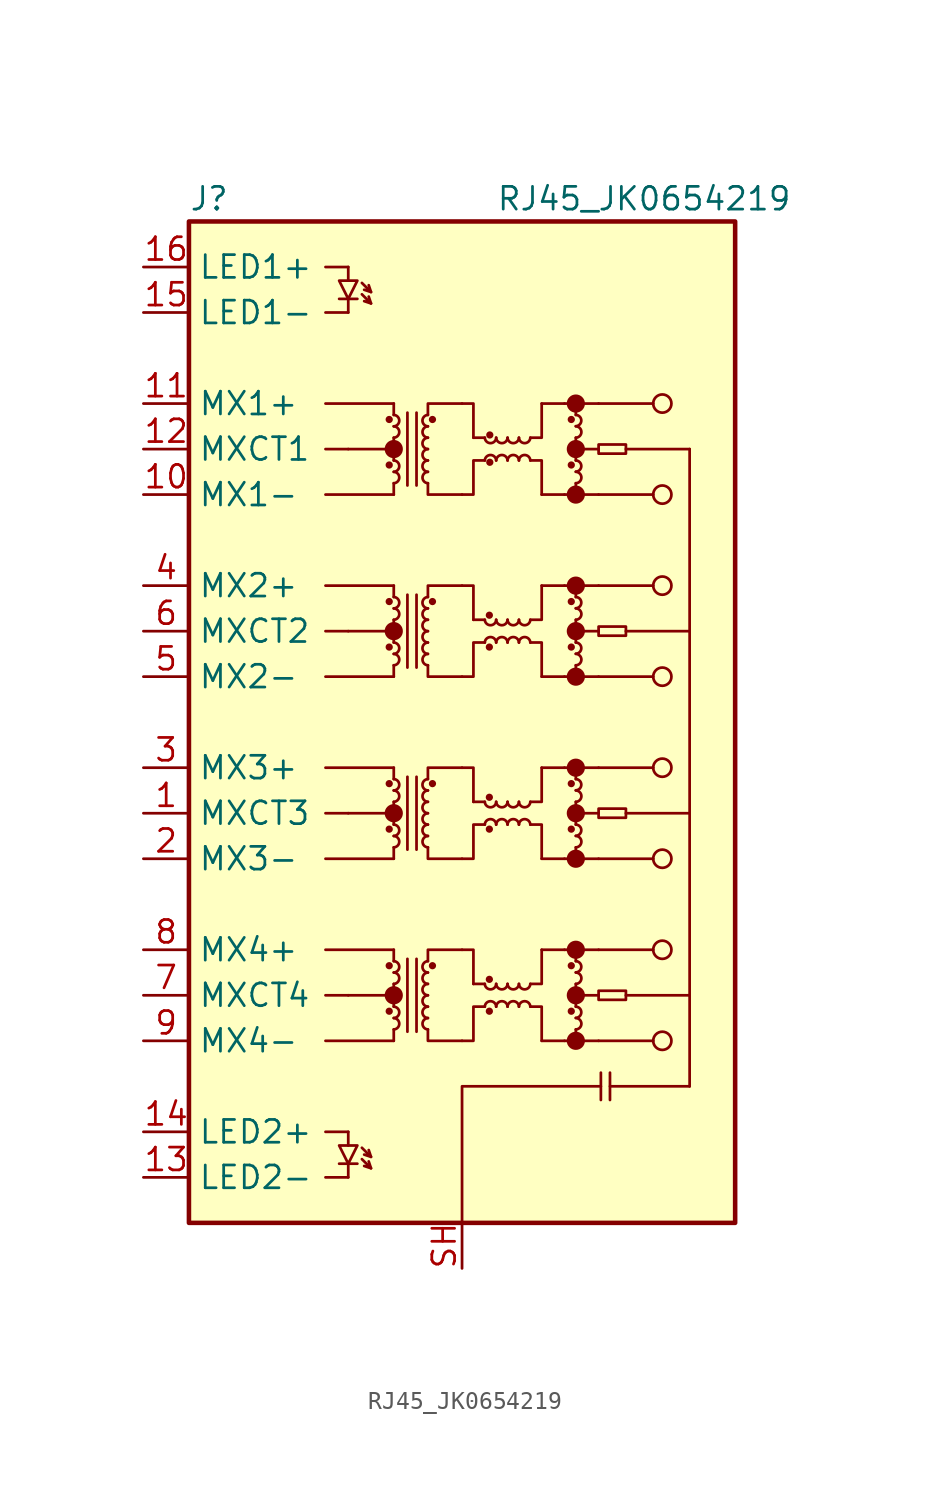
<source format=kicad_sym>
(kicad_symbol_lib
  (version 20220914)
  (generator kicad_symbol_editor)
  (symbol "RJ45_JK0654219"
    (property "Reference" "J"
      (at -15.24 29.21 0)
      (effects (font (size 1.27 1.27)) (justify left)))
    (property "Value" "RJ45_JK0654219"
      (at 10.16 29.21 0)
      (effects (font (size 1.27 1.27))))
    (symbol "RJ45_JK0654219_0_0"
      (circle (center -3.81 -15.24) (radius 0.0001) (stroke (width 0.508) (type default)) (fill (type none)))
      (circle (center -3.81 -5.08) (radius 0.0001) (stroke (width 0.508) (type default)) (fill (type none)))
      (circle (center -3.81 5.08) (radius 0.0001) (stroke (width 0.508) (type default)) (fill (type none)))
      (circle (center -3.81 15.24) (radius 0.0001) (stroke (width 0.508) (type default)) (fill (type none)))
      (circle (center 6.35 -17.78) (radius 0.0001) (stroke (width 0.508) (type default)) (fill (type none)))
      (circle (center 6.35 -15.24) (radius 0.0001) (stroke (width 0.508) (type default)) (fill (type none)))
      (circle (center 6.35 -12.7) (radius 0.0001) (stroke (width 0.508) (type default)) (fill (type none)))
      (circle (center 6.35 -7.62) (radius 0.0001) (stroke (width 0.508) (type default)) (fill (type none)))
      (circle (center 6.35 -5.08) (radius 0.0001) (stroke (width 0.508) (type default)) (fill (type none)))
      (circle (center 6.35 -2.54) (radius 0.0001) (stroke (width 0.508) (type default)) (fill (type none)))
      (circle (center 6.35 2.54) (radius 0.0001) (stroke (width 0.508) (type default)) (fill (type none)))
      (circle (center 6.35 5.08) (radius 0.0001) (stroke (width 0.508) (type default)) (fill (type none)))
      (circle (center 6.35 7.62) (radius 0.0001) (stroke (width 0.508) (type default)) (fill (type none)))
      (circle (center 6.35 12.7) (radius 0.0001) (stroke (width 0.508) (type default)) (fill (type none)))
      (circle (center 6.35 15.24) (radius 0.0001) (stroke (width 0.508) (type default)) (fill (type none)))
      (circle (center 6.35 17.78) (radius 0.0001) (stroke (width 0.508) (type default)) (fill (type none))))
    (symbol "RJ45_JK0654219_0_1"
      (rectangle (start -15.24 27.94) (end 15.24 -27.94) (stroke (width 0.254) (type default)) (fill (type background)))
      (circle (center -4.064 -16.129) (radius 0.127) (stroke (width 0) (type default)) (fill (type outline)))
      (circle (center -4.064 -13.589) (radius 0.127) (stroke (width 0) (type default)) (fill (type outline)))
      (circle (center -4.064 -5.969) (radius 0.127) (stroke (width 0) (type default)) (fill (type outline)))
      (circle (center -4.064 -3.429) (radius 0.127) (stroke (width 0) (type default)) (fill (type outline)))
      (circle (center -4.064 4.191) (radius 0.127) (stroke (width 0) (type default)) (fill (type outline)))
      (circle (center -4.064 6.731) (radius 0.127) (stroke (width 0) (type default)) (fill (type outline)))
      (circle (center -4.064 14.351) (radius 0.127) (stroke (width 0) (type default)) (fill (type outline)))
      (circle (center -4.064 16.891) (radius 0.127) (stroke (width 0) (type default)) (fill (type outline)))
      (arc (start -3.81 -17.145) (mid -3.5052 -16.8402) (end -3.81 -16.51) (stroke (width 0) (type default)) (fill (type none)))
      (arc (start -3.81 -16.51) (mid -3.5052 -16.2052) (end -3.81 -15.875) (stroke (width 0) (type default)) (fill (type none)))
      (arc (start -3.81 -14.605) (mid -3.5052 -14.3002) (end -3.81 -13.97) (stroke (width 0) (type default)) (fill (type none)))
      (arc (start -3.81 -13.97) (mid -3.5052 -13.6652) (end -3.81 -13.335) (stroke (width 0) (type default)) (fill (type none)))
      (arc (start -3.81 -6.985) (mid -3.5052 -6.6802) (end -3.81 -6.35) (stroke (width 0) (type default)) (fill (type none)))
      (arc (start -3.81 -6.35) (mid -3.5052 -6.0452) (end -3.81 -5.715) (stroke (width 0) (type default)) (fill (type none)))
      (arc (start -3.81 -4.445) (mid -3.5052 -4.1402) (end -3.81 -3.81) (stroke (width 0) (type default)) (fill (type none)))
      (arc (start -3.81 -3.81) (mid -3.5052 -3.5052) (end -3.81 -3.175) (stroke (width 0) (type default)) (fill (type none)))
      (arc (start -3.81 3.175) (mid -3.5052 3.4798) (end -3.81 3.81) (stroke (width 0) (type default)) (fill (type none)))
      (arc (start -3.81 3.81) (mid -3.5052 4.1148) (end -3.81 4.445) (stroke (width 0) (type default)) (fill (type none)))
      (arc (start -3.81 5.715) (mid -3.5052 6.0198) (end -3.81 6.35) (stroke (width 0) (type default)) (fill (type none)))
      (arc (start -3.81 6.35) (mid -3.5052 6.6548) (end -3.81 6.985) (stroke (width 0) (type default)) (fill (type none)))
      (arc (start -3.81 13.335) (mid -3.5052 13.6398) (end -3.81 13.97) (stroke (width 0) (type default)) (fill (type none)))
      (arc (start -3.81 13.97) (mid -3.5052 14.2748) (end -3.81 14.605) (stroke (width 0) (type default)) (fill (type none)))
      (arc (start -3.81 15.875) (mid -3.5052 16.1798) (end -3.81 16.51) (stroke (width 0) (type default)) (fill (type none)))
      (arc (start -3.81 16.51) (mid -3.5052 16.8148) (end -3.81 17.145) (stroke (width 0) (type default)) (fill (type none)))
      (arc (start -1.905 -16.51) (mid -2.2098 -16.8148) (end -1.905 -17.145) (stroke (width 0) (type default)) (fill (type none)))
      (arc (start -1.905 -15.875) (mid -2.2098 -16.1798) (end -1.905 -16.51) (stroke (width 0) (type default)) (fill (type none)))
      (arc (start -1.905 -15.24) (mid -2.2098 -15.5448) (end -1.905 -15.875) (stroke (width 0) (type default)) (fill (type none)))
      (arc (start -1.905 -14.605) (mid -2.2098 -14.9098) (end -1.905 -15.24) (stroke (width 0) (type default)) (fill (type none)))
      (arc (start -1.905 -13.97) (mid -2.2098 -14.2748) (end -1.905 -14.605) (stroke (width 0) (type default)) (fill (type none)))
      (arc (start -1.905 -13.335) (mid -2.2098 -13.6398) (end -1.905 -13.97) (stroke (width 0) (type default)) (fill (type none)))
      (arc (start -1.905 -6.35) (mid -2.2098 -6.6548) (end -1.905 -6.985) (stroke (width 0) (type default)) (fill (type none)))
      (arc (start -1.905 -5.715) (mid -2.2098 -6.0198) (end -1.905 -6.35) (stroke (width 0) (type default)) (fill (type none)))
      (arc (start -1.905 -5.08) (mid -2.2098 -5.3848) (end -1.905 -5.715) (stroke (width 0) (type default)) (fill (type none)))
      (arc (start -1.905 -4.445) (mid -2.2098 -4.7498) (end -1.905 -5.08) (stroke (width 0) (type default)) (fill (type none)))
      (arc (start -1.905 -3.81) (mid -2.2098 -4.1148) (end -1.905 -4.445) (stroke (width 0) (type default)) (fill (type none)))
      (arc (start -1.905 -3.175) (mid -2.2098 -3.4798) (end -1.905 -3.81) (stroke (width 0) (type default)) (fill (type none)))
      (arc (start -1.905 3.81) (mid -2.2098 3.5052) (end -1.905 3.175) (stroke (width 0) (type default)) (fill (type none)))
      (arc (start -1.905 4.445) (mid -2.2098 4.1402) (end -1.905 3.81) (stroke (width 0) (type default)) (fill (type none)))
      (arc (start -1.905 5.08) (mid -2.2098 4.7752) (end -1.905 4.445) (stroke (width 0) (type default)) (fill (type none)))
      (arc (start -1.905 5.715) (mid -2.2098 5.4102) (end -1.905 5.08) (stroke (width 0) (type default)) (fill (type none)))
      (arc (start -1.905 6.35) (mid -2.2098 6.0452) (end -1.905 5.715) (stroke (width 0) (type default)) (fill (type none)))
      (arc (start -1.905 6.985) (mid -2.2098 6.6802) (end -1.905 6.35) (stroke (width 0) (type default)) (fill (type none)))
      (arc (start -1.905 13.97) (mid -2.2098 13.6652) (end -1.905 13.335) (stroke (width 0) (type default)) (fill (type none)))
      (arc (start -1.905 14.605) (mid -2.2098 14.3002) (end -1.905 13.97) (stroke (width 0) (type default)) (fill (type none)))
      (arc (start -1.905 15.24) (mid -2.2098 14.9352) (end -1.905 14.605) (stroke (width 0) (type default)) (fill (type none)))
      (arc (start -1.905 15.875) (mid -2.2098 15.5702) (end -1.905 15.24) (stroke (width 0) (type default)) (fill (type none)))
      (arc (start -1.905 16.51) (mid -2.2098 16.2052) (end -1.905 15.875) (stroke (width 0) (type default)) (fill (type none)))
      (arc (start -1.905 17.145) (mid -2.2098 16.8402) (end -1.905 16.51) (stroke (width 0) (type default)) (fill (type none)))
      (circle (center -1.651 -13.589) (radius 0.127) (stroke (width 0) (type default)) (fill (type outline)))
      (circle (center -1.651 -3.429) (radius 0.127) (stroke (width 0) (type default)) (fill (type outline)))
      (circle (center -1.651 6.731) (radius 0.127) (stroke (width 0) (type default)) (fill (type outline)))
      (circle (center -1.651 16.891) (radius 0.127) (stroke (width 0) (type default)) (fill (type outline)))
      (polyline (pts (xy -7.62 -17.78) (xy -3.81 -17.78)) (stroke (width 0) (type default)) (fill (type none)))
      (polyline (pts (xy -7.62 -15.24) (xy -6.35 -15.24)) (stroke (width 0) (type default)) (fill (type none)))
      (polyline (pts (xy -7.62 -12.7) (xy -3.81 -12.7)) (stroke (width 0) (type default)) (fill (type none)))
      (polyline (pts (xy -7.62 -7.62) (xy -3.81 -7.62)) (stroke (width 0) (type default)) (fill (type none)))
      (polyline (pts (xy -7.62 -5.08) (xy -6.35 -5.08)) (stroke (width 0) (type default)) (fill (type none)))
      (polyline (pts (xy -7.62 -2.54) (xy -3.81 -2.54)) (stroke (width 0) (type default)) (fill (type none)))
      (polyline (pts (xy -7.62 2.54) (xy -3.81 2.54)) (stroke (width 0) (type default)) (fill (type none)))
      (polyline (pts (xy -7.62 5.08) (xy -6.35 5.08)) (stroke (width 0) (type default)) (fill (type none)))
      (polyline (pts (xy -7.62 7.62) (xy -3.81 7.62)) (stroke (width 0) (type default)) (fill (type none)))
      (polyline (pts (xy -7.62 12.7) (xy -3.81 12.7)) (stroke (width 0) (type default)) (fill (type none)))
      (polyline (pts (xy -7.62 15.24) (xy -6.35 15.24)) (stroke (width 0) (type default)) (fill (type none)))
      (polyline (pts (xy -7.62 17.78) (xy -3.81 17.78)) (stroke (width 0) (type default)) (fill (type none)))
      (polyline (pts (xy -6.35 -15.24) (xy -3.81 -15.24)) (stroke (width 0) (type default)) (fill (type none)))
      (polyline (pts (xy -6.35 -5.08) (xy -3.81 -5.08)) (stroke (width 0) (type default)) (fill (type none)))
      (polyline (pts (xy -6.35 5.08) (xy -3.81 5.08)) (stroke (width 0) (type default)) (fill (type none)))
      (polyline (pts (xy -6.35 15.24) (xy -3.81 15.24)) (stroke (width 0) (type default)) (fill (type none)))
      (polyline (pts (xy -3.81 -17.78) (xy -3.81 -17.145)) (stroke (width 0) (type default)) (fill (type none)))
      (polyline (pts (xy -3.81 -15.24) (xy -3.81 -15.875)) (stroke (width 0) (type default)) (fill (type none)))
      (polyline (pts (xy -3.81 -15.24) (xy -3.81 -14.605)) (stroke (width 0) (type default)) (fill (type none)))
      (polyline (pts (xy -3.81 -12.7) (xy -3.81 -13.335)) (stroke (width 0) (type default)) (fill (type none)))
      (polyline (pts (xy -3.81 -7.62) (xy -3.81 -6.985)) (stroke (width 0) (type default)) (fill (type none)))
      (polyline (pts (xy -3.81 -5.08) (xy -3.81 -5.715)) (stroke (width 0) (type default)) (fill (type none)))
      (polyline (pts (xy -3.81 -5.08) (xy -3.81 -4.445)) (stroke (width 0) (type default)) (fill (type none)))
      (polyline (pts (xy -3.81 -2.54) (xy -3.81 -3.175)) (stroke (width 0) (type default)) (fill (type none)))
      (polyline (pts (xy -3.81 2.54) (xy -3.81 3.175)) (stroke (width 0) (type default)) (fill (type none)))
      (polyline (pts (xy -3.81 5.08) (xy -3.81 4.445)) (stroke (width 0) (type default)) (fill (type none)))
      (polyline (pts (xy -3.81 5.08) (xy -3.81 5.715)) (stroke (width 0) (type default)) (fill (type none)))
      (polyline (pts (xy -3.81 7.62) (xy -3.81 6.985)) (stroke (width 0) (type default)) (fill (type none)))
      (polyline (pts (xy -3.81 12.7) (xy -3.81 13.335)) (stroke (width 0) (type default)) (fill (type none)))
      (polyline (pts (xy -3.81 15.24) (xy -3.81 14.605)) (stroke (width 0) (type default)) (fill (type none)))
      (polyline (pts (xy -3.81 15.24) (xy -3.81 15.875)) (stroke (width 0) (type default)) (fill (type none)))
      (polyline (pts (xy -3.81 17.78) (xy -3.81 17.145)) (stroke (width 0) (type default)) (fill (type none)))
      (polyline (pts (xy -3.048 -17.272) (xy -3.048 -13.208)) (stroke (width 0) (type default)) (fill (type none)))
      (polyline (pts (xy -3.048 -7.112) (xy -3.048 -3.048)) (stroke (width 0) (type default)) (fill (type none)))
      (polyline (pts (xy -3.048 3.048) (xy -3.048 7.112)) (stroke (width 0) (type default)) (fill (type none)))
      (polyline (pts (xy -3.048 13.208) (xy -3.048 17.272)) (stroke (width 0) (type default)) (fill (type none)))
      (polyline (pts (xy -2.54 -17.272) (xy -2.54 -13.208)) (stroke (width 0) (type default)) (fill (type none)))
      (polyline (pts (xy -2.54 -7.112) (xy -2.54 -3.048)) (stroke (width 0) (type default)) (fill (type none)))
      (polyline (pts (xy -2.54 3.048) (xy -2.54 7.112)) (stroke (width 0) (type default)) (fill (type none)))
      (polyline (pts (xy -2.54 13.208) (xy -2.54 17.272)) (stroke (width 0) (type default)) (fill (type none)))
      (polyline (pts (xy 0.635 -14.605) (xy 1.27 -14.605)) (stroke (width 0) (type default)) (fill (type none)))
      (polyline (pts (xy 0.635 -4.445) (xy 1.27 -4.445)) (stroke (width 0) (type default)) (fill (type none)))
      (polyline (pts (xy 0.635 5.715) (xy 1.27 5.715)) (stroke (width 0) (type default)) (fill (type none)))
      (polyline (pts (xy 0.635 15.875) (xy 1.27 15.875)) (stroke (width 0) (type default)) (fill (type none)))
      (polyline (pts (xy 4.445 -17.78) (xy 5.715 -17.78)) (stroke (width 0) (type default)) (fill (type none)))
      (polyline (pts (xy 4.445 -12.7) (xy 5.715 -12.7)) (stroke (width 0) (type default)) (fill (type none)))
      (polyline (pts (xy 4.445 -7.62) (xy 5.715 -7.62)) (stroke (width 0) (type default)) (fill (type none)))
      (polyline (pts (xy 4.445 -2.54) (xy 5.715 -2.54)) (stroke (width 0) (type default)) (fill (type none)))
      (polyline (pts (xy 4.445 2.54) (xy 5.715 2.54)) (stroke (width 0) (type default)) (fill (type none)))
      (polyline (pts (xy 4.445 7.62) (xy 5.715 7.62)) (stroke (width 0) (type default)) (fill (type none)))
      (polyline (pts (xy 4.445 12.7) (xy 5.715 12.7)) (stroke (width 0) (type default)) (fill (type none)))
      (polyline (pts (xy 4.445 17.78) (xy 5.715 17.78)) (stroke (width 0) (type default)) (fill (type none)))
      (polyline (pts (xy 6.35 -15.24) (xy 6.35 -15.875)) (stroke (width 0) (type default)) (fill (type none)))
      (polyline (pts (xy 6.35 -15.24) (xy 6.35 -14.605)) (stroke (width 0) (type default)) (fill (type none)))
      (polyline (pts (xy 6.35 -5.08) (xy 6.35 -5.715)) (stroke (width 0) (type default)) (fill (type none)))
      (polyline (pts (xy 6.35 -5.08) (xy 6.35 -4.445)) (stroke (width 0) (type default)) (fill (type none)))
      (polyline (pts (xy 6.35 5.08) (xy 6.35 4.445)) (stroke (width 0) (type default)) (fill (type none)))
      (polyline (pts (xy 6.35 5.08) (xy 6.35 5.715)) (stroke (width 0) (type default)) (fill (type none)))
      (polyline (pts (xy 6.35 15.24) (xy 6.35 14.605)) (stroke (width 0) (type default)) (fill (type none)))
      (polyline (pts (xy 6.35 15.24) (xy 6.35 15.875)) (stroke (width 0) (type default)) (fill (type none)))
      (polyline (pts (xy 7.62 -17.78) (xy 6.35 -17.78)) (stroke (width 0) (type default)) (fill (type none)))
      (polyline (pts (xy 7.62 -17.78) (xy 10.668 -17.78)) (stroke (width 0) (type default)) (fill (type none)))
      (polyline (pts (xy 7.62 -15.24) (xy 6.35 -15.24)) (stroke (width 0) (type default)) (fill (type none)))
      (polyline (pts (xy 7.62 -12.7) (xy 6.35 -12.7)) (stroke (width 0) (type default)) (fill (type none)))
      (polyline (pts (xy 7.62 -12.7) (xy 10.668 -12.7)) (stroke (width 0) (type default)) (fill (type none)))
      (polyline (pts (xy 7.62 -7.62) (xy 6.35 -7.62)) (stroke (width 0) (type default)) (fill (type none)))
      (polyline (pts (xy 7.62 -7.62) (xy 10.668 -7.62)) (stroke (width 0) (type default)) (fill (type none)))
      (polyline (pts (xy 7.62 -5.08) (xy 6.35 -5.08)) (stroke (width 0) (type default)) (fill (type none)))
      (polyline (pts (xy 7.62 -2.54) (xy 6.35 -2.54)) (stroke (width 0) (type default)) (fill (type none)))
      (polyline (pts (xy 7.62 -2.54) (xy 10.668 -2.54)) (stroke (width 0) (type default)) (fill (type none)))
      (polyline (pts (xy 7.62 2.54) (xy 6.35 2.54)) (stroke (width 0) (type default)) (fill (type none)))
      (polyline (pts (xy 7.62 2.54) (xy 10.668 2.54)) (stroke (width 0) (type default)) (fill (type none)))
      (polyline (pts (xy 7.62 5.08) (xy 6.35 5.08)) (stroke (width 0) (type default)) (fill (type none)))
      (polyline (pts (xy 7.62 7.62) (xy 6.35 7.62)) (stroke (width 0) (type default)) (fill (type none)))
      (polyline (pts (xy 7.62 7.62) (xy 10.668 7.62)) (stroke (width 0) (type default)) (fill (type none)))
      (polyline (pts (xy 7.62 12.7) (xy 6.35 12.7)) (stroke (width 0) (type default)) (fill (type none)))
      (polyline (pts (xy 7.62 12.7) (xy 10.668 12.7)) (stroke (width 0) (type default)) (fill (type none)))
      (polyline (pts (xy 7.62 15.24) (xy 6.35 15.24)) (stroke (width 0) (type default)) (fill (type none)))
      (polyline (pts (xy 7.62 17.78) (xy 6.35 17.78)) (stroke (width 0) (type default)) (fill (type none)))
      (polyline (pts (xy 7.62 17.78) (xy 10.668 17.78)) (stroke (width 0) (type default)) (fill (type none)))
      (polyline (pts (xy 7.747 -19.558) (xy 7.747 -21.082)) (stroke (width 0.152) (type default)) (fill (type none)))
      (polyline (pts (xy 8.255 -20.32) (xy 12.7 -20.32)) (stroke (width 0) (type default)) (fill (type none)))
      (polyline (pts (xy 8.255 -19.558) (xy 8.255 -21.082)) (stroke (width 0.152) (type default)) (fill (type none)))
      (polyline (pts (xy 9.144 -15.24) (xy 12.7 -15.24)) (stroke (width 0) (type default)) (fill (type none)))
      (polyline (pts (xy 9.144 -5.08) (xy 12.7 -5.08)) (stroke (width 0) (type default)) (fill (type none)))
      (polyline (pts (xy 9.144 5.08) (xy 12.7 5.08)) (stroke (width 0) (type default)) (fill (type none)))
      (polyline (pts (xy 12.7 -20.32) (xy 12.7 15.24)) (stroke (width 0) (type default)) (fill (type none)))
      (polyline (pts (xy 12.7 15.24) (xy 9.144 15.24)) (stroke (width 0) (type default)) (fill (type none)))
      (polyline (pts (xy -1.905 -17.145) (xy -1.905 -17.78) (xy 0 -17.78)) (stroke (width 0) (type default)) (fill (type none)))
      (polyline (pts (xy -1.905 -13.335) (xy -1.905 -12.7) (xy 0 -12.7)) (stroke (width 0) (type default)) (fill (type none)))
      (polyline (pts (xy -1.905 -6.985) (xy -1.905 -7.62) (xy 0 -7.62)) (stroke (width 0) (type default)) (fill (type none)))
      (polyline (pts (xy -1.905 -3.175) (xy -1.905 -2.54) (xy 0 -2.54)) (stroke (width 0) (type default)) (fill (type none)))
      (polyline (pts (xy -1.905 3.175) (xy -1.905 2.54) (xy 0 2.54)) (stroke (width 0) (type default)) (fill (type none)))
      (polyline (pts (xy -1.905 6.985) (xy -1.905 7.62) (xy 0 7.62)) (stroke (width 0) (type default)) (fill (type none)))
      (polyline (pts (xy -1.905 13.335) (xy -1.905 12.7) (xy 0 12.7)) (stroke (width 0) (type default)) (fill (type none)))
      (polyline (pts (xy -1.905 17.145) (xy -1.905 17.78) (xy 0 17.78)) (stroke (width 0) (type default)) (fill (type none)))
      (polyline (pts (xy 0 -12.7) (xy 0.635 -12.7) (xy 0.635 -14.605)) (stroke (width 0) (type default)) (fill (type none)))
      (polyline (pts (xy 0 -2.54) (xy 0.635 -2.54) (xy 0.635 -4.445)) (stroke (width 0) (type default)) (fill (type none)))
      (polyline (pts (xy 0 7.62) (xy 0.635 7.62) (xy 0.635 5.715)) (stroke (width 0) (type default)) (fill (type none)))
      (polyline (pts (xy 0 17.78) (xy 0.635 17.78) (xy 0.635 15.875)) (stroke (width 0) (type default)) (fill (type none)))
      (polyline (pts (xy 3.81 -15.875) (xy 4.445 -15.875) (xy 4.445 -17.78)) (stroke (width 0) (type default)) (fill (type none)))
      (polyline (pts (xy 3.81 -14.605) (xy 4.445 -14.605) (xy 4.445 -12.7)) (stroke (width 0) (type default)) (fill (type none)))
      (polyline (pts (xy 3.81 -5.715) (xy 4.445 -5.715) (xy 4.445 -7.62)) (stroke (width 0) (type default)) (fill (type none)))
      (polyline (pts (xy 3.81 -4.445) (xy 4.445 -4.445) (xy 4.445 -2.54)) (stroke (width 0) (type default)) (fill (type none)))
      (polyline (pts (xy 3.81 4.445) (xy 4.445 4.445) (xy 4.445 2.54)) (stroke (width 0) (type default)) (fill (type none)))
      (polyline (pts (xy 3.81 5.715) (xy 4.445 5.715) (xy 4.445 7.62)) (stroke (width 0) (type default)) (fill (type none)))
      (polyline (pts (xy 3.81 14.605) (xy 4.445 14.605) (xy 4.445 12.7)) (stroke (width 0) (type default)) (fill (type none)))
      (polyline (pts (xy 3.81 15.875) (xy 4.445 15.875) (xy 4.445 17.78)) (stroke (width 0) (type default)) (fill (type none)))
      (polyline (pts (xy 5.715 -17.78) (xy 6.35 -17.78) (xy 6.35 -17.145)) (stroke (width 0) (type default)) (fill (type none)))
      (polyline (pts (xy 5.715 -12.7) (xy 6.35 -12.7) (xy 6.35 -13.335)) (stroke (width 0) (type default)) (fill (type none)))
      (polyline (pts (xy 5.715 -7.62) (xy 6.35 -7.62) (xy 6.35 -6.985)) (stroke (width 0) (type default)) (fill (type none)))
      (polyline (pts (xy 5.715 -2.54) (xy 6.35 -2.54) (xy 6.35 -3.175)) (stroke (width 0) (type default)) (fill (type none)))
      (polyline (pts (xy 5.715 2.54) (xy 6.35 2.54) (xy 6.35 3.175)) (stroke (width 0) (type default)) (fill (type none)))
      (polyline (pts (xy 5.715 7.62) (xy 6.35 7.62) (xy 6.35 6.985)) (stroke (width 0) (type default)) (fill (type none)))
      (polyline (pts (xy 5.715 12.7) (xy 6.35 12.7) (xy 6.35 13.335)) (stroke (width 0) (type default)) (fill (type none)))
      (polyline (pts (xy 5.715 17.78) (xy 6.35 17.78) (xy 6.35 17.145)) (stroke (width 0) (type default)) (fill (type none)))
      (polyline (pts (xy 7.747 -20.32) (xy 0 -20.32) (xy 0 -27.94)) (stroke (width 0) (type default)) (fill (type none)))
      (polyline (pts (xy 0 -17.78) (xy 0.635 -17.78) (xy 0.635 -15.875) (xy 1.27 -15.875)) (stroke (width 0) (type default)) (fill (type none)))
      (polyline (pts (xy 0 -7.62) (xy 0.635 -7.62) (xy 0.635 -5.715) (xy 1.27 -5.715)) (stroke (width 0) (type default)) (fill (type none)))
      (polyline (pts (xy 0 2.54) (xy 0.635 2.54) (xy 0.635 4.445) (xy 1.27 4.445)) (stroke (width 0) (type default)) (fill (type none)))
      (polyline (pts (xy 0 12.7) (xy 0.635 12.7) (xy 0.635 14.605) (xy 1.27 14.605)) (stroke (width 0) (type default)) (fill (type none)))
      (arc (start 1.27 -14.605) (mid 1.5748 -14.9098) (end 1.905 -14.605) (stroke (width 0) (type default)) (fill (type none)))
      (arc (start 1.27 -4.445) (mid 1.5748 -4.7498) (end 1.905 -4.445) (stroke (width 0) (type default)) (fill (type none)))
      (arc (start 1.27 5.715) (mid 1.5748 5.4102) (end 1.905 5.715) (stroke (width 0) (type default)) (fill (type none)))
      (arc (start 1.27 15.875) (mid 1.5748 15.5702) (end 1.905 15.875) (stroke (width 0) (type default)) (fill (type none)))
      (circle (center 1.524 -16.129) (radius 0.127) (stroke (width 0) (type default)) (fill (type outline)))
      (circle (center 1.524 -14.351) (radius 0.127) (stroke (width 0) (type default)) (fill (type outline)))
      (circle (center 1.524 -5.969) (radius 0.127) (stroke (width 0) (type default)) (fill (type outline)))
      (circle (center 1.524 -4.191) (radius 0.127) (stroke (width 0) (type default)) (fill (type outline)))
      (circle (center 1.524 4.191) (radius 0.127) (stroke (width 0) (type default)) (fill (type outline)))
      (circle (center 1.524 5.969) (radius 0.127) (stroke (width 0) (type default)) (fill (type outline)))
      (circle (center 1.549 14.503) (radius 0.127) (stroke (width 0) (type default)) (fill (type outline)))
      (circle (center 1.549 16.027) (radius 0.127) (stroke (width 0) (type default)) (fill (type outline)))
      (arc (start 1.905 -15.875) (mid 1.6002 -15.5702) (end 1.27 -15.875) (stroke (width 0) (type default)) (fill (type none)))
      (arc (start 1.905 -14.605) (mid 2.2098 -14.9098) (end 2.54 -14.605) (stroke (width 0) (type default)) (fill (type none)))
      (arc (start 1.905 -5.715) (mid 1.6002 -5.4102) (end 1.27 -5.715) (stroke (width 0) (type default)) (fill (type none)))
      (arc (start 1.905 -4.445) (mid 2.2098 -4.7498) (end 2.54 -4.445) (stroke (width 0) (type default)) (fill (type none)))
      (arc (start 1.905 4.445) (mid 1.6002 4.7498) (end 1.27 4.445) (stroke (width 0) (type default)) (fill (type none)))
      (arc (start 1.905 5.715) (mid 2.2098 5.4102) (end 2.54 5.715) (stroke (width 0) (type default)) (fill (type none)))
      (arc (start 1.905 14.605) (mid 1.6002 14.9098) (end 1.27 14.605) (stroke (width 0) (type default)) (fill (type none)))
      (arc (start 1.905 15.875) (mid 2.2098 15.5702) (end 2.54 15.875) (stroke (width 0) (type default)) (fill (type none)))
      (arc (start 2.54 -15.875) (mid 2.2352 -15.5702) (end 1.905 -15.875) (stroke (width 0) (type default)) (fill (type none)))
      (arc (start 2.54 -14.605) (mid 2.8448 -14.9098) (end 3.175 -14.605) (stroke (width 0) (type default)) (fill (type none)))
      (arc (start 2.54 -5.715) (mid 2.2352 -5.4102) (end 1.905 -5.715) (stroke (width 0) (type default)) (fill (type none)))
      (arc (start 2.54 -4.445) (mid 2.8448 -4.7498) (end 3.175 -4.445) (stroke (width 0) (type default)) (fill (type none)))
      (arc (start 2.54 4.445) (mid 2.2352 4.7498) (end 1.905 4.445) (stroke (width 0) (type default)) (fill (type none)))
      (arc (start 2.54 5.715) (mid 2.8448 5.4102) (end 3.175 5.715) (stroke (width 0) (type default)) (fill (type none)))
      (arc (start 2.54 14.605) (mid 2.2352 14.9098) (end 1.905 14.605) (stroke (width 0) (type default)) (fill (type none)))
      (arc (start 2.54 15.875) (mid 2.8448 15.5702) (end 3.175 15.875) (stroke (width 0) (type default)) (fill (type none)))
      (arc (start 3.175 -15.875) (mid 2.8702 -15.5702) (end 2.54 -15.875) (stroke (width 0) (type default)) (fill (type none)))
      (arc (start 3.175 -14.605) (mid 3.4798 -14.9098) (end 3.81 -14.605) (stroke (width 0) (type default)) (fill (type none)))
      (arc (start 3.175 -5.715) (mid 2.8702 -5.4102) (end 2.54 -5.715) (stroke (width 0) (type default)) (fill (type none)))
      (arc (start 3.175 -4.445) (mid 3.4798 -4.7498) (end 3.81 -4.445) (stroke (width 0) (type default)) (fill (type none)))
      (arc (start 3.175 4.445) (mid 2.8702 4.7498) (end 2.54 4.445) (stroke (width 0) (type default)) (fill (type none)))
      (arc (start 3.175 5.715) (mid 3.4798 5.4102) (end 3.81 5.715) (stroke (width 0) (type default)) (fill (type none)))
      (arc (start 3.175 14.605) (mid 2.8702 14.9098) (end 2.54 14.605) (stroke (width 0) (type default)) (fill (type none)))
      (arc (start 3.175 15.875) (mid 3.4798 15.5702) (end 3.81 15.875) (stroke (width 0) (type default)) (fill (type none)))
      (arc (start 3.81 -15.875) (mid 3.5052 -15.5702) (end 3.175 -15.875) (stroke (width 0) (type default)) (fill (type none)))
      (arc (start 3.81 -5.715) (mid 3.5052 -5.4102) (end 3.175 -5.715) (stroke (width 0) (type default)) (fill (type none)))
      (arc (start 3.81 4.445) (mid 3.5052 4.7498) (end 3.175 4.445) (stroke (width 0) (type default)) (fill (type none)))
      (arc (start 3.81 14.605) (mid 3.5052 14.9098) (end 3.175 14.605) (stroke (width 0) (type default)) (fill (type none)))
      (circle (center 6.096 -16.129) (radius 0.127) (stroke (width 0) (type default)) (fill (type outline)))
      (circle (center 6.096 -13.589) (radius 0.127) (stroke (width 0) (type default)) (fill (type outline)))
      (circle (center 6.096 -5.969) (radius 0.127) (stroke (width 0) (type default)) (fill (type outline)))
      (circle (center 6.096 -3.429) (radius 0.127) (stroke (width 0) (type default)) (fill (type outline)))
      (circle (center 6.096 4.191) (radius 0.127) (stroke (width 0) (type default)) (fill (type outline)))
      (circle (center 6.096 6.731) (radius 0.127) (stroke (width 0) (type default)) (fill (type outline)))
      (circle (center 6.096 14.351) (radius 0.127) (stroke (width 0) (type default)) (fill (type outline)))
      (circle (center 6.096 16.891) (radius 0.127) (stroke (width 0) (type default)) (fill (type outline)))
      (arc (start 6.35 -17.145) (mid 6.6548 -16.8275) (end 6.35 -16.51) (stroke (width 0) (type default)) (fill (type none)))
      (arc (start 6.35 -16.51) (mid 6.6548 -16.1925) (end 6.35 -15.875) (stroke (width 0) (type default)) (fill (type none)))
      (arc (start 6.35 -14.605) (mid 6.6548 -14.2875) (end 6.35 -13.97) (stroke (width 0) (type default)) (fill (type none)))
      (arc (start 6.35 -13.97) (mid 6.6548 -13.6525) (end 6.35 -13.335) (stroke (width 0) (type default)) (fill (type none)))
      (arc (start 6.35 -6.985) (mid 6.6548 -6.6675) (end 6.35 -6.35) (stroke (width 0) (type default)) (fill (type none)))
      (arc (start 6.35 -6.35) (mid 6.6548 -6.0325) (end 6.35 -5.715) (stroke (width 0) (type default)) (fill (type none)))
      (arc (start 6.35 -4.445) (mid 6.6548 -4.1275) (end 6.35 -3.81) (stroke (width 0) (type default)) (fill (type none)))
      (arc (start 6.35 -3.81) (mid 6.6548 -3.4925) (end 6.35 -3.175) (stroke (width 0) (type default)) (fill (type none)))
      (arc (start 6.35 3.175) (mid 6.6548 3.4925) (end 6.35 3.81) (stroke (width 0) (type default)) (fill (type none)))
      (arc (start 6.35 3.81) (mid 6.6548 4.1275) (end 6.35 4.445) (stroke (width 0) (type default)) (fill (type none)))
      (arc (start 6.35 5.715) (mid 6.6548 6.0325) (end 6.35 6.35) (stroke (width 0) (type default)) (fill (type none)))
      (arc (start 6.35 6.35) (mid 6.6548 6.6675) (end 6.35 6.985) (stroke (width 0) (type default)) (fill (type none)))
      (arc (start 6.35 13.335) (mid 6.6548 13.6525) (end 6.35 13.97) (stroke (width 0) (type default)) (fill (type none)))
      (arc (start 6.35 13.97) (mid 6.6548 14.2875) (end 6.35 14.605) (stroke (width 0) (type default)) (fill (type none)))
      (arc (start 6.35 15.875) (mid 6.6548 16.1925) (end 6.35 16.51) (stroke (width 0) (type default)) (fill (type none)))
      (arc (start 6.35 16.51) (mid 6.6548 16.8275) (end 6.35 17.145) (stroke (width 0) (type default)) (fill (type none)))
      (rectangle (start 7.62 -14.986) (end 9.144 -15.494) (stroke (width 0) (type default)) (fill (type none)))
      (rectangle (start 7.62 -4.826) (end 9.144 -5.334) (stroke (width 0) (type default)) (fill (type none)))
      (rectangle (start 7.62 5.334) (end 9.144 4.826) (stroke (width 0) (type default)) (fill (type none)))
      (rectangle (start 7.62 15.494) (end 9.144 14.986) (stroke (width 0) (type default)) (fill (type none)))
      (circle (center 11.176 -17.78) (radius 0.508) (stroke (width 0) (type default)) (fill (type none)))
      (circle (center 11.176 -12.7) (radius 0.508) (stroke (width 0) (type default)) (fill (type none)))
      (circle (center 11.176 -7.62) (radius 0.508) (stroke (width 0) (type default)) (fill (type none)))
      (circle (center 11.176 -2.54) (radius 0.508) (stroke (width 0) (type default)) (fill (type none)))
      (circle (center 11.176 2.54) (radius 0.508) (stroke (width 0) (type default)) (fill (type none)))
      (circle (center 11.176 7.62) (radius 0.508) (stroke (width 0) (type default)) (fill (type none)))
      (circle (center 11.176 12.7) (radius 0.508) (stroke (width 0) (type default)) (fill (type none)))
      (circle (center 11.176 17.78) (radius 0.508) (stroke (width 0) (type default)) (fill (type none))))
    (symbol "RJ45_JK0654219_1_1"
      (polyline (pts (xy -7.62 -25.4) (xy -6.35 -25.4)) (stroke (width 0) (type default)) (fill (type none)))
      (polyline (pts (xy -7.62 -22.86) (xy -6.35 -22.86)) (stroke (width 0) (type default)) (fill (type none)))
      (polyline (pts (xy -7.62 22.86) (xy -6.35 22.86)) (stroke (width 0) (type default)) (fill (type none)))
      (polyline (pts (xy -7.62 25.4) (xy -6.35 25.4)) (stroke (width 0) (type default)) (fill (type none)))
      (polyline (pts (xy -6.858 -24.638) (xy -5.842 -24.638)) (stroke (width 0) (type default)) (fill (type none)))
      (polyline (pts (xy -6.858 23.622) (xy -5.842 23.622)) (stroke (width 0) (type default)) (fill (type none)))
      (polyline (pts (xy -6.35 -25.4) (xy -6.35 -24.638)) (stroke (width 0) (type default)) (fill (type none)))
      (polyline (pts (xy -6.35 -22.86) (xy -6.35 -23.622)) (stroke (width 0) (type default)) (fill (type none)))
      (polyline (pts (xy -6.35 22.86) (xy -6.35 23.622)) (stroke (width 0) (type default)) (fill (type none)))
      (polyline (pts (xy -6.35 25.4) (xy -6.35 24.638)) (stroke (width 0) (type default)) (fill (type none)))
      (polyline (pts (xy -5.08 -24.892) (xy -5.207 -24.511)) (stroke (width 0) (type default)) (fill (type none)))
      (polyline (pts (xy -5.08 -24.257) (xy -5.207 -23.876)) (stroke (width 0) (type default)) (fill (type none)))
      (polyline (pts (xy -5.08 23.368) (xy -5.207 23.749)) (stroke (width 0) (type default)) (fill (type none)))
      (polyline (pts (xy -5.08 24.003) (xy -5.207 24.384)) (stroke (width 0) (type default)) (fill (type none)))
      (polyline (pts (xy -5.588 -24.384) (xy -5.08 -24.892) (xy -5.461 -24.765)) (stroke (width 0) (type default)) (fill (type none)))
      (polyline (pts (xy -5.588 -23.749) (xy -5.08 -24.257) (xy -5.461 -24.13)) (stroke (width 0) (type default)) (fill (type none)))
      (polyline (pts (xy -5.588 23.876) (xy -5.08 23.368) (xy -5.461 23.495)) (stroke (width 0) (type default)) (fill (type none)))
      (polyline (pts (xy -5.588 24.511) (xy -5.08 24.003) (xy -5.461 24.13)) (stroke (width 0) (type default)) (fill (type none)))
      (polyline (pts (xy -6.35 -24.638) (xy -6.858 -23.622) (xy -5.842 -23.622) (xy -6.35 -24.638)) (stroke (width 0) (type default)) (fill (type none)))
      (polyline (pts (xy -6.35 23.622) (xy -6.858 24.638) (xy -5.842 24.638) (xy -6.35 23.622)) (stroke (width 0) (type default)) (fill (type none)))
      (pin passive line (at -17.78 -5.08 0) (length 2.54) (name "MXCT3" (effects (font (size 1.27 1.27)))) (number "1" (effects (font (size 1.27 1.27)))))
      (pin passive line (at -17.78 12.7 0) (length 2.54) (name "MX1-" (effects (font (size 1.27 1.27)))) (number "10" (effects (font (size 1.27 1.27)))))
      (pin passive line (at -17.78 17.78 0) (length 2.54) (name "MX1+" (effects (font (size 1.27 1.27)))) (number "11" (effects (font (size 1.27 1.27)))))
      (pin passive line (at -17.78 15.24 0) (length 2.54) (name "MXCT1" (effects (font (size 1.27 1.27)))) (number "12" (effects (font (size 1.27 1.27)))))
      (pin passive line (at -17.78 -25.4 0) (length 2.54) (name "LED2-" (effects (font (size 1.27 1.27)))) (number "13" (effects (font (size 1.27 1.27)))))
      (pin passive line (at -17.78 -22.86 0) (length 2.54) (name "LED2+" (effects (font (size 1.27 1.27)))) (number "14" (effects (font (size 1.27 1.27)))))
      (pin passive line (at -17.78 22.86 0) (length 2.54) (name "LED1-" (effects (font (size 1.27 1.27)))) (number "15" (effects (font (size 1.27 1.27)))))
      (pin passive line (at -17.78 25.4 0) (length 2.54) (name "LED1+" (effects (font (size 1.27 1.27)))) (number "16" (effects (font (size 1.27 1.27)))))
      (pin passive line (at -17.78 -7.62 0) (length 2.54) (name "MX3-" (effects (font (size 1.27 1.27)))) (number "2" (effects (font (size 1.27 1.27)))))
      (pin passive line (at -17.78 -2.54 0) (length 2.54) (name "MX3+" (effects (font (size 1.27 1.27)))) (number "3" (effects (font (size 1.27 1.27)))))
      (pin passive line (at -17.78 7.62 0) (length 2.54) (name "MX2+" (effects (font (size 1.27 1.27)))) (number "4" (effects (font (size 1.27 1.27)))))
      (pin passive line (at -17.78 2.54 0) (length 2.54) (name "MX2-" (effects (font (size 1.27 1.27)))) (number "5" (effects (font (size 1.27 1.27)))))
      (pin passive line (at -17.78 5.08 0) (length 2.54) (name "MXCT2" (effects (font (size 1.27 1.27)))) (number "6" (effects (font (size 1.27 1.27)))))
      (pin passive line (at -17.78 -15.24 0) (length 2.54) (name "MXCT4" (effects (font (size 1.27 1.27)))) (number "7" (effects (font (size 1.27 1.27)))))
      (pin passive line (at -17.78 -12.7 0) (length 2.54) (name "MX4+" (effects (font (size 1.27 1.27)))) (number "8" (effects (font (size 1.27 1.27)))))
      (pin passive line (at -17.78 -17.78 0) (length 2.54) (name "MX4-" (effects (font (size 1.27 1.27)))) (number "9" (effects (font (size 1.27 1.27)))))
      (pin passive line (at 0 -30.48 90) (length 2.54) (name "~" (effects (font (size 1.27 1.27)))) (number "SH" (effects (font (size 1.27 1.27))))))))
</source>
